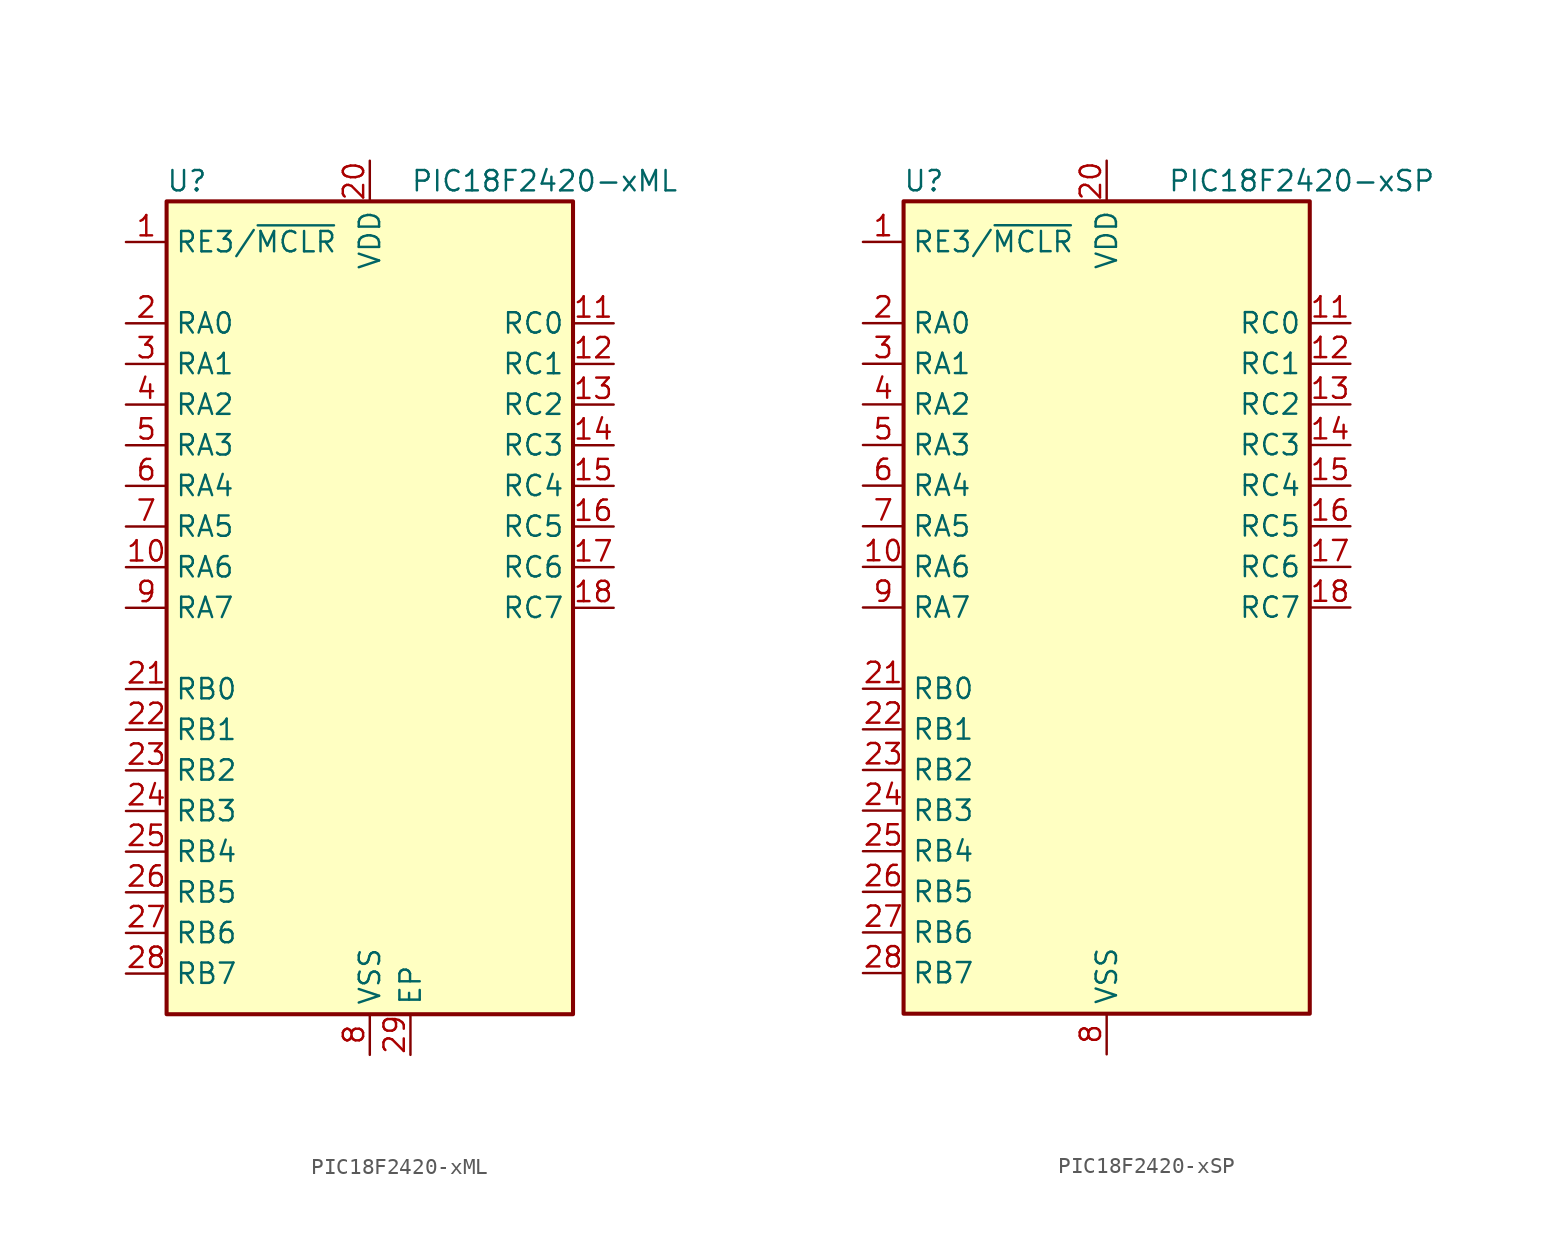
<source format=kicad_sym>
(kicad_symbol_lib
  (version 20201005)
  (generator kicad_symbol_editor)
  (symbol "PIC18F2420-xML"
    (property "Reference" "U"
      (at -11.43 26.67 0)
      (effects (font (size 1.27 1.27))))
    (property "Value" "PIC18F2420-xML"
      (at 2.54 26.67 0)
      (effects (font (size 1.27 1.27)) (justify left)))
    (symbol "PIC18F2420-xML_0_1"
      (rectangle (start -12.7 25.4) (end 12.7 -25.4) (stroke (width 0.254)) (fill (type background))))
    (symbol "PIC18F2420-xML_1_1"
      (pin input line (at -15.24 22.86 0) (length 2.54) (name "RE3/~MCLR~" (effects (font (size 1.27 1.27)))) (number "1" (effects (font (size 1.27 1.27)))))
      (pin bidirectional line (at -15.24 2.54 0) (length 2.54) (name "RA6" (effects (font (size 1.27 1.27)))) (number "10" (effects (font (size 1.27 1.27)))))
      (pin bidirectional line (at 15.24 17.78 180) (length 2.54) (name "RC0" (effects (font (size 1.27 1.27)))) (number "11" (effects (font (size 1.27 1.27)))))
      (pin bidirectional line (at 15.24 15.24 180) (length 2.54) (name "RC1" (effects (font (size 1.27 1.27)))) (number "12" (effects (font (size 1.27 1.27)))))
      (pin bidirectional line (at 15.24 12.7 180) (length 2.54) (name "RC2" (effects (font (size 1.27 1.27)))) (number "13" (effects (font (size 1.27 1.27)))))
      (pin bidirectional line (at 15.24 10.16 180) (length 2.54) (name "RC3" (effects (font (size 1.27 1.27)))) (number "14" (effects (font (size 1.27 1.27)))))
      (pin bidirectional line (at 15.24 7.62 180) (length 2.54) (name "RC4" (effects (font (size 1.27 1.27)))) (number "15" (effects (font (size 1.27 1.27)))))
      (pin bidirectional line (at 15.24 5.08 180) (length 2.54) (name "RC5" (effects (font (size 1.27 1.27)))) (number "16" (effects (font (size 1.27 1.27)))))
      (pin bidirectional line (at 15.24 2.54 180) (length 2.54) (name "RC6" (effects (font (size 1.27 1.27)))) (number "17" (effects (font (size 1.27 1.27)))))
      (pin bidirectional line (at 15.24 0 180) (length 2.54) (name "RC7" (effects (font (size 1.27 1.27)))) (number "18" (effects (font (size 1.27 1.27)))))
      (pin passive line (at 0 -27.94 90) (length 2.54) hide (name "VSS" (effects (font (size 1.27 1.27)))) (number "19" (effects (font (size 1.27 1.27)))))
      (pin bidirectional line (at -15.24 17.78 0) (length 2.54) (name "RA0" (effects (font (size 1.27 1.27)))) (number "2" (effects (font (size 1.27 1.27)))))
      (pin power_in line (at 0 27.94 270) (length 2.54) (name "VDD" (effects (font (size 1.27 1.27)))) (number "20" (effects (font (size 1.27 1.27)))))
      (pin bidirectional line (at -15.24 -5.08 0) (length 2.54) (name "RB0" (effects (font (size 1.27 1.27)))) (number "21" (effects (font (size 1.27 1.27)))))
      (pin bidirectional line (at -15.24 -7.62 0) (length 2.54) (name "RB1" (effects (font (size 1.27 1.27)))) (number "22" (effects (font (size 1.27 1.27)))))
      (pin bidirectional line (at -15.24 -10.16 0) (length 2.54) (name "RB2" (effects (font (size 1.27 1.27)))) (number "23" (effects (font (size 1.27 1.27)))))
      (pin bidirectional line (at -15.24 -12.7 0) (length 2.54) (name "RB3" (effects (font (size 1.27 1.27)))) (number "24" (effects (font (size 1.27 1.27)))))
      (pin bidirectional line (at -15.24 -15.24 0) (length 2.54) (name "RB4" (effects (font (size 1.27 1.27)))) (number "25" (effects (font (size 1.27 1.27)))))
      (pin bidirectional line (at -15.24 -17.78 0) (length 2.54) (name "RB5" (effects (font (size 1.27 1.27)))) (number "26" (effects (font (size 1.27 1.27)))))
      (pin bidirectional line (at -15.24 -20.32 0) (length 2.54) (name "RB6" (effects (font (size 1.27 1.27)))) (number "27" (effects (font (size 1.27 1.27)))))
      (pin bidirectional line (at -15.24 -22.86 0) (length 2.54) (name "RB7" (effects (font (size 1.27 1.27)))) (number "28" (effects (font (size 1.27 1.27)))))
      (pin passive line (at 2.54 -27.94 90) (length 2.54) (name "EP" (effects (font (size 1.27 1.27)))) (number "29" (effects (font (size 1.27 1.27)))))
      (pin bidirectional line (at -15.24 15.24 0) (length 2.54) (name "RA1" (effects (font (size 1.27 1.27)))) (number "3" (effects (font (size 1.27 1.27)))))
      (pin bidirectional line (at -15.24 12.7 0) (length 2.54) (name "RA2" (effects (font (size 1.27 1.27)))) (number "4" (effects (font (size 1.27 1.27)))))
      (pin bidirectional line (at -15.24 10.16 0) (length 2.54) (name "RA3" (effects (font (size 1.27 1.27)))) (number "5" (effects (font (size 1.27 1.27)))))
      (pin bidirectional line (at -15.24 7.62 0) (length 2.54) (name "RA4" (effects (font (size 1.27 1.27)))) (number "6" (effects (font (size 1.27 1.27)))))
      (pin bidirectional line (at -15.24 5.08 0) (length 2.54) (name "RA5" (effects (font (size 1.27 1.27)))) (number "7" (effects (font (size 1.27 1.27)))))
      (pin power_in line (at 0 -27.94 90) (length 2.54) (name "VSS" (effects (font (size 1.27 1.27)))) (number "8" (effects (font (size 1.27 1.27)))))
      (pin bidirectional line (at -15.24 0 0) (length 2.54) (name "RA7" (effects (font (size 1.27 1.27)))) (number "9" (effects (font (size 1.27 1.27)))))))
  (symbol "PIC18F2420-xSP"
    (property "Reference" "U"
      (at -11.43 26.67 0)
      (effects (font (size 1.27 1.27))))
    (property "Value" "PIC18F2420-xSP"
      (at 3.81 26.67 0)
      (effects (font (size 1.27 1.27)) (justify left)))
    (symbol "PIC18F2420-xSP_0_1"
      (rectangle (start -12.7 25.4) (end 12.7 -25.4) (stroke (width 0.254)) (fill (type background))))
    (symbol "PIC18F2420-xSP_1_1"
      (pin input line (at -15.24 22.86 0) (length 2.54) (name "RE3/~MCLR~" (effects (font (size 1.27 1.27)))) (number "1" (effects (font (size 1.27 1.27)))))
      (pin bidirectional line (at -15.24 2.54 0) (length 2.54) (name "RA6" (effects (font (size 1.27 1.27)))) (number "10" (effects (font (size 1.27 1.27)))))
      (pin bidirectional line (at 15.24 17.78 180) (length 2.54) (name "RC0" (effects (font (size 1.27 1.27)))) (number "11" (effects (font (size 1.27 1.27)))))
      (pin bidirectional line (at 15.24 15.24 180) (length 2.54) (name "RC1" (effects (font (size 1.27 1.27)))) (number "12" (effects (font (size 1.27 1.27)))))
      (pin bidirectional line (at 15.24 12.7 180) (length 2.54) (name "RC2" (effects (font (size 1.27 1.27)))) (number "13" (effects (font (size 1.27 1.27)))))
      (pin bidirectional line (at 15.24 10.16 180) (length 2.54) (name "RC3" (effects (font (size 1.27 1.27)))) (number "14" (effects (font (size 1.27 1.27)))))
      (pin bidirectional line (at 15.24 7.62 180) (length 2.54) (name "RC4" (effects (font (size 1.27 1.27)))) (number "15" (effects (font (size 1.27 1.27)))))
      (pin bidirectional line (at 15.24 5.08 180) (length 2.54) (name "RC5" (effects (font (size 1.27 1.27)))) (number "16" (effects (font (size 1.27 1.27)))))
      (pin bidirectional line (at 15.24 2.54 180) (length 2.54) (name "RC6" (effects (font (size 1.27 1.27)))) (number "17" (effects (font (size 1.27 1.27)))))
      (pin bidirectional line (at 15.24 0 180) (length 2.54) (name "RC7" (effects (font (size 1.27 1.27)))) (number "18" (effects (font (size 1.27 1.27)))))
      (pin passive line (at 0 -27.94 90) (length 2.54) hide (name "VSS" (effects (font (size 1.27 1.27)))) (number "19" (effects (font (size 1.27 1.27)))))
      (pin bidirectional line (at -15.24 17.78 0) (length 2.54) (name "RA0" (effects (font (size 1.27 1.27)))) (number "2" (effects (font (size 1.27 1.27)))))
      (pin power_in line (at 0 27.94 270) (length 2.54) (name "VDD" (effects (font (size 1.27 1.27)))) (number "20" (effects (font (size 1.27 1.27)))))
      (pin bidirectional line (at -15.24 -5.08 0) (length 2.54) (name "RB0" (effects (font (size 1.27 1.27)))) (number "21" (effects (font (size 1.27 1.27)))))
      (pin bidirectional line (at -15.24 -7.62 0) (length 2.54) (name "RB1" (effects (font (size 1.27 1.27)))) (number "22" (effects (font (size 1.27 1.27)))))
      (pin bidirectional line (at -15.24 -10.16 0) (length 2.54) (name "RB2" (effects (font (size 1.27 1.27)))) (number "23" (effects (font (size 1.27 1.27)))))
      (pin bidirectional line (at -15.24 -12.7 0) (length 2.54) (name "RB3" (effects (font (size 1.27 1.27)))) (number "24" (effects (font (size 1.27 1.27)))))
      (pin bidirectional line (at -15.24 -15.24 0) (length 2.54) (name "RB4" (effects (font (size 1.27 1.27)))) (number "25" (effects (font (size 1.27 1.27)))))
      (pin bidirectional line (at -15.24 -17.78 0) (length 2.54) (name "RB5" (effects (font (size 1.27 1.27)))) (number "26" (effects (font (size 1.27 1.27)))))
      (pin bidirectional line (at -15.24 -20.32 0) (length 2.54) (name "RB6" (effects (font (size 1.27 1.27)))) (number "27" (effects (font (size 1.27 1.27)))))
      (pin bidirectional line (at -15.24 -22.86 0) (length 2.54) (name "RB7" (effects (font (size 1.27 1.27)))) (number "28" (effects (font (size 1.27 1.27)))))
      (pin bidirectional line (at -15.24 15.24 0) (length 2.54) (name "RA1" (effects (font (size 1.27 1.27)))) (number "3" (effects (font (size 1.27 1.27)))))
      (pin bidirectional line (at -15.24 12.7 0) (length 2.54) (name "RA2" (effects (font (size 1.27 1.27)))) (number "4" (effects (font (size 1.27 1.27)))))
      (pin bidirectional line (at -15.24 10.16 0) (length 2.54) (name "RA3" (effects (font (size 1.27 1.27)))) (number "5" (effects (font (size 1.27 1.27)))))
      (pin bidirectional line (at -15.24 7.62 0) (length 2.54) (name "RA4" (effects (font (size 1.27 1.27)))) (number "6" (effects (font (size 1.27 1.27)))))
      (pin bidirectional line (at -15.24 5.08 0) (length 2.54) (name "RA5" (effects (font (size 1.27 1.27)))) (number "7" (effects (font (size 1.27 1.27)))))
      (pin power_in line (at 0 -27.94 90) (length 2.54) (name "VSS" (effects (font (size 1.27 1.27)))) (number "8" (effects (font (size 1.27 1.27)))))
      (pin bidirectional line (at -15.24 0 0) (length 2.54) (name "RA7" (effects (font (size 1.27 1.27)))) (number "9" (effects (font (size 1.27 1.27))))))))
</source>
